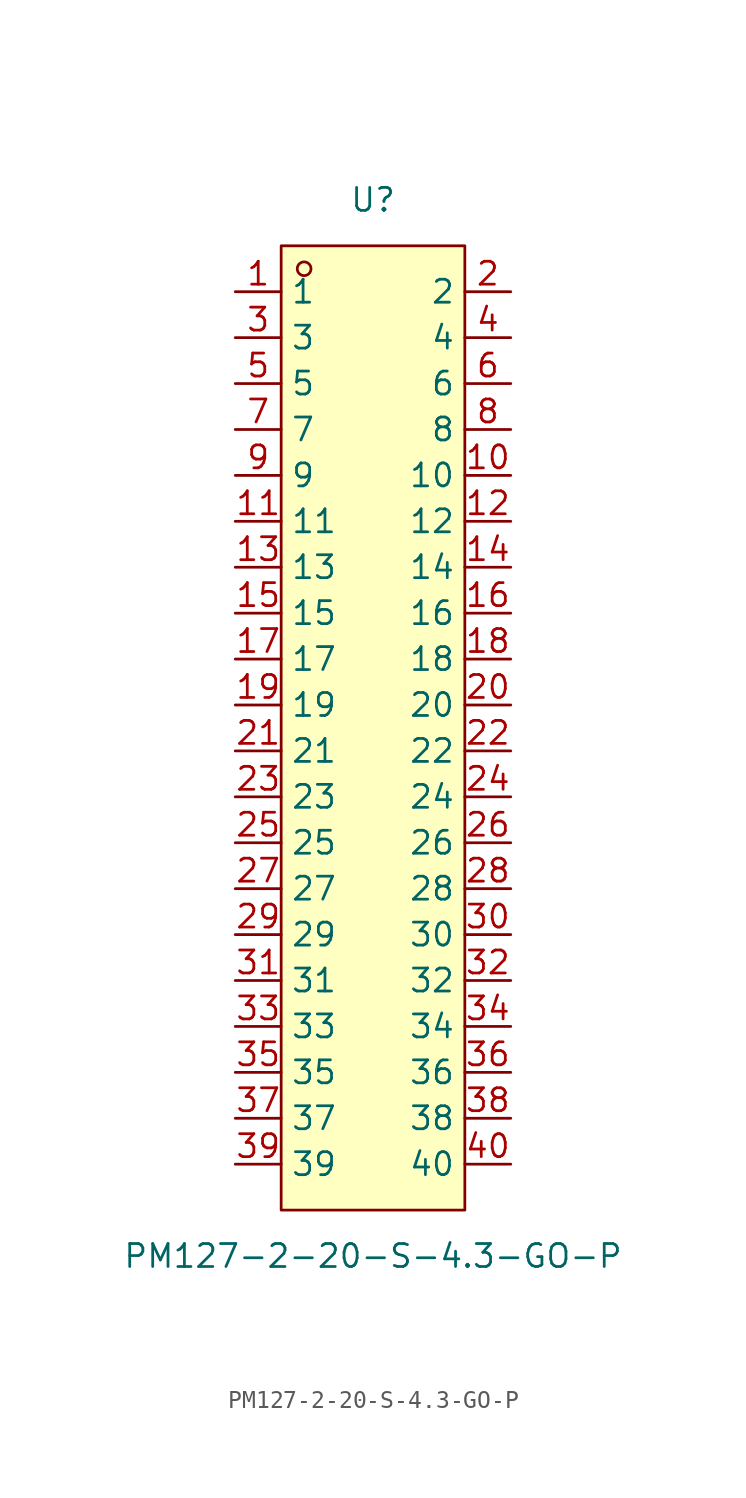
<source format=kicad_sym>
(kicad_symbol_lib
  (version 20211014)
  (generator https://github.com/uPesy/easyeda2kicad.py)
  (symbol "PM127-2-20-S-4.3-GO-P"
    (property "Reference" "U"
      (at 0 29.21 0)
      (effects (font (size 1.27 1.27))))
    (property "Value" "PM127-2-20-S-4.3-GO-P"
      (at 0 -29.21 0)
      (effects (font (size 1.27 1.27))))
    (symbol "PM127-2-20-S-4.3-GO-P_0_1"
      (rectangle (start -5.08 26.67) (end 5.08 -26.67) (stroke (width 0) (type default) (color 0 0 0 0)) (fill (type background)))
      (circle (center -3.81 25.40) (radius 0.38) (stroke (width 0) (type default) (color 0 0 0 0)) (fill (type none)))
      (pin unspecified line (at -7.62 24.13 0) (length 2.54) (name "1" (effects (font (size 1.27 1.27)))) (number "1" (effects (font (size 1.27 1.27)))))
      (pin unspecified line (at 7.62 -24.13 180) (length 2.54) (name "40" (effects (font (size 1.27 1.27)))) (number "40" (effects (font (size 1.27 1.27)))))
      (pin unspecified line (at -7.62 21.59 0) (length 2.54) (name "3" (effects (font (size 1.27 1.27)))) (number "3" (effects (font (size 1.27 1.27)))))
      (pin unspecified line (at 7.62 -21.59 180) (length 2.54) (name "38" (effects (font (size 1.27 1.27)))) (number "38" (effects (font (size 1.27 1.27)))))
      (pin unspecified line (at -7.62 19.05 0) (length 2.54) (name "5" (effects (font (size 1.27 1.27)))) (number "5" (effects (font (size 1.27 1.27)))))
      (pin unspecified line (at 7.62 -19.05 180) (length 2.54) (name "36" (effects (font (size 1.27 1.27)))) (number "36" (effects (font (size 1.27 1.27)))))
      (pin unspecified line (at -7.62 16.51 0) (length 2.54) (name "7" (effects (font (size 1.27 1.27)))) (number "7" (effects (font (size 1.27 1.27)))))
      (pin unspecified line (at 7.62 -16.51 180) (length 2.54) (name "34" (effects (font (size 1.27 1.27)))) (number "34" (effects (font (size 1.27 1.27)))))
      (pin unspecified line (at -7.62 13.97 0) (length 2.54) (name "9" (effects (font (size 1.27 1.27)))) (number "9" (effects (font (size 1.27 1.27)))))
      (pin unspecified line (at 7.62 -13.97 180) (length 2.54) (name "32" (effects (font (size 1.27 1.27)))) (number "32" (effects (font (size 1.27 1.27)))))
      (pin unspecified line (at -7.62 11.43 0) (length 2.54) (name "11" (effects (font (size 1.27 1.27)))) (number "11" (effects (font (size 1.27 1.27)))))
      (pin unspecified line (at 7.62 -11.43 180) (length 2.54) (name "30" (effects (font (size 1.27 1.27)))) (number "30" (effects (font (size 1.27 1.27)))))
      (pin unspecified line (at -7.62 8.89 0) (length 2.54) (name "13" (effects (font (size 1.27 1.27)))) (number "13" (effects (font (size 1.27 1.27)))))
      (pin unspecified line (at 7.62 -8.89 180) (length 2.54) (name "28" (effects (font (size 1.27 1.27)))) (number "28" (effects (font (size 1.27 1.27)))))
      (pin unspecified line (at -7.62 6.35 0) (length 2.54) (name "15" (effects (font (size 1.27 1.27)))) (number "15" (effects (font (size 1.27 1.27)))))
      (pin unspecified line (at 7.62 -6.35 180) (length 2.54) (name "26" (effects (font (size 1.27 1.27)))) (number "26" (effects (font (size 1.27 1.27)))))
      (pin unspecified line (at -7.62 3.81 0) (length 2.54) (name "17" (effects (font (size 1.27 1.27)))) (number "17" (effects (font (size 1.27 1.27)))))
      (pin unspecified line (at 7.62 -3.81 180) (length 2.54) (name "24" (effects (font (size 1.27 1.27)))) (number "24" (effects (font (size 1.27 1.27)))))
      (pin unspecified line (at -7.62 1.27 0) (length 2.54) (name "19" (effects (font (size 1.27 1.27)))) (number "19" (effects (font (size 1.27 1.27)))))
      (pin unspecified line (at 7.62 -1.27 180) (length 2.54) (name "22" (effects (font (size 1.27 1.27)))) (number "22" (effects (font (size 1.27 1.27)))))
      (pin unspecified line (at -7.62 -1.27 0) (length 2.54) (name "21" (effects (font (size 1.27 1.27)))) (number "21" (effects (font (size 1.27 1.27)))))
      (pin unspecified line (at 7.62 1.27 180) (length 2.54) (name "20" (effects (font (size 1.27 1.27)))) (number "20" (effects (font (size 1.27 1.27)))))
      (pin unspecified line (at -7.62 -3.81 0) (length 2.54) (name "23" (effects (font (size 1.27 1.27)))) (number "23" (effects (font (size 1.27 1.27)))))
      (pin unspecified line (at 7.62 3.81 180) (length 2.54) (name "18" (effects (font (size 1.27 1.27)))) (number "18" (effects (font (size 1.27 1.27)))))
      (pin unspecified line (at -7.62 -6.35 0) (length 2.54) (name "25" (effects (font (size 1.27 1.27)))) (number "25" (effects (font (size 1.27 1.27)))))
      (pin unspecified line (at 7.62 6.35 180) (length 2.54) (name "16" (effects (font (size 1.27 1.27)))) (number "16" (effects (font (size 1.27 1.27)))))
      (pin unspecified line (at -7.62 -8.89 0) (length 2.54) (name "27" (effects (font (size 1.27 1.27)))) (number "27" (effects (font (size 1.27 1.27)))))
      (pin unspecified line (at 7.62 8.89 180) (length 2.54) (name "14" (effects (font (size 1.27 1.27)))) (number "14" (effects (font (size 1.27 1.27)))))
      (pin unspecified line (at -7.62 -11.43 0) (length 2.54) (name "29" (effects (font (size 1.27 1.27)))) (number "29" (effects (font (size 1.27 1.27)))))
      (pin unspecified line (at 7.62 11.43 180) (length 2.54) (name "12" (effects (font (size 1.27 1.27)))) (number "12" (effects (font (size 1.27 1.27)))))
      (pin unspecified line (at -7.62 -13.97 0) (length 2.54) (name "31" (effects (font (size 1.27 1.27)))) (number "31" (effects (font (size 1.27 1.27)))))
      (pin unspecified line (at 7.62 13.97 180) (length 2.54) (name "10" (effects (font (size 1.27 1.27)))) (number "10" (effects (font (size 1.27 1.27)))))
      (pin unspecified line (at -7.62 -16.51 0) (length 2.54) (name "33" (effects (font (size 1.27 1.27)))) (number "33" (effects (font (size 1.27 1.27)))))
      (pin unspecified line (at 7.62 16.51 180) (length 2.54) (name "8" (effects (font (size 1.27 1.27)))) (number "8" (effects (font (size 1.27 1.27)))))
      (pin unspecified line (at -7.62 -19.05 0) (length 2.54) (name "35" (effects (font (size 1.27 1.27)))) (number "35" (effects (font (size 1.27 1.27)))))
      (pin unspecified line (at 7.62 19.05 180) (length 2.54) (name "6" (effects (font (size 1.27 1.27)))) (number "6" (effects (font (size 1.27 1.27)))))
      (pin unspecified line (at -7.62 -21.59 0) (length 2.54) (name "37" (effects (font (size 1.27 1.27)))) (number "37" (effects (font (size 1.27 1.27)))))
      (pin unspecified line (at 7.62 21.59 180) (length 2.54) (name "4" (effects (font (size 1.27 1.27)))) (number "4" (effects (font (size 1.27 1.27)))))
      (pin unspecified line (at -7.62 -24.13 0) (length 2.54) (name "39" (effects (font (size 1.27 1.27)))) (number "39" (effects (font (size 1.27 1.27)))))
      (pin unspecified line (at 7.62 24.13 180) (length 2.54) (name "2" (effects (font (size 1.27 1.27)))) (number "2" (effects (font (size 1.27 1.27))))))))
</source>
